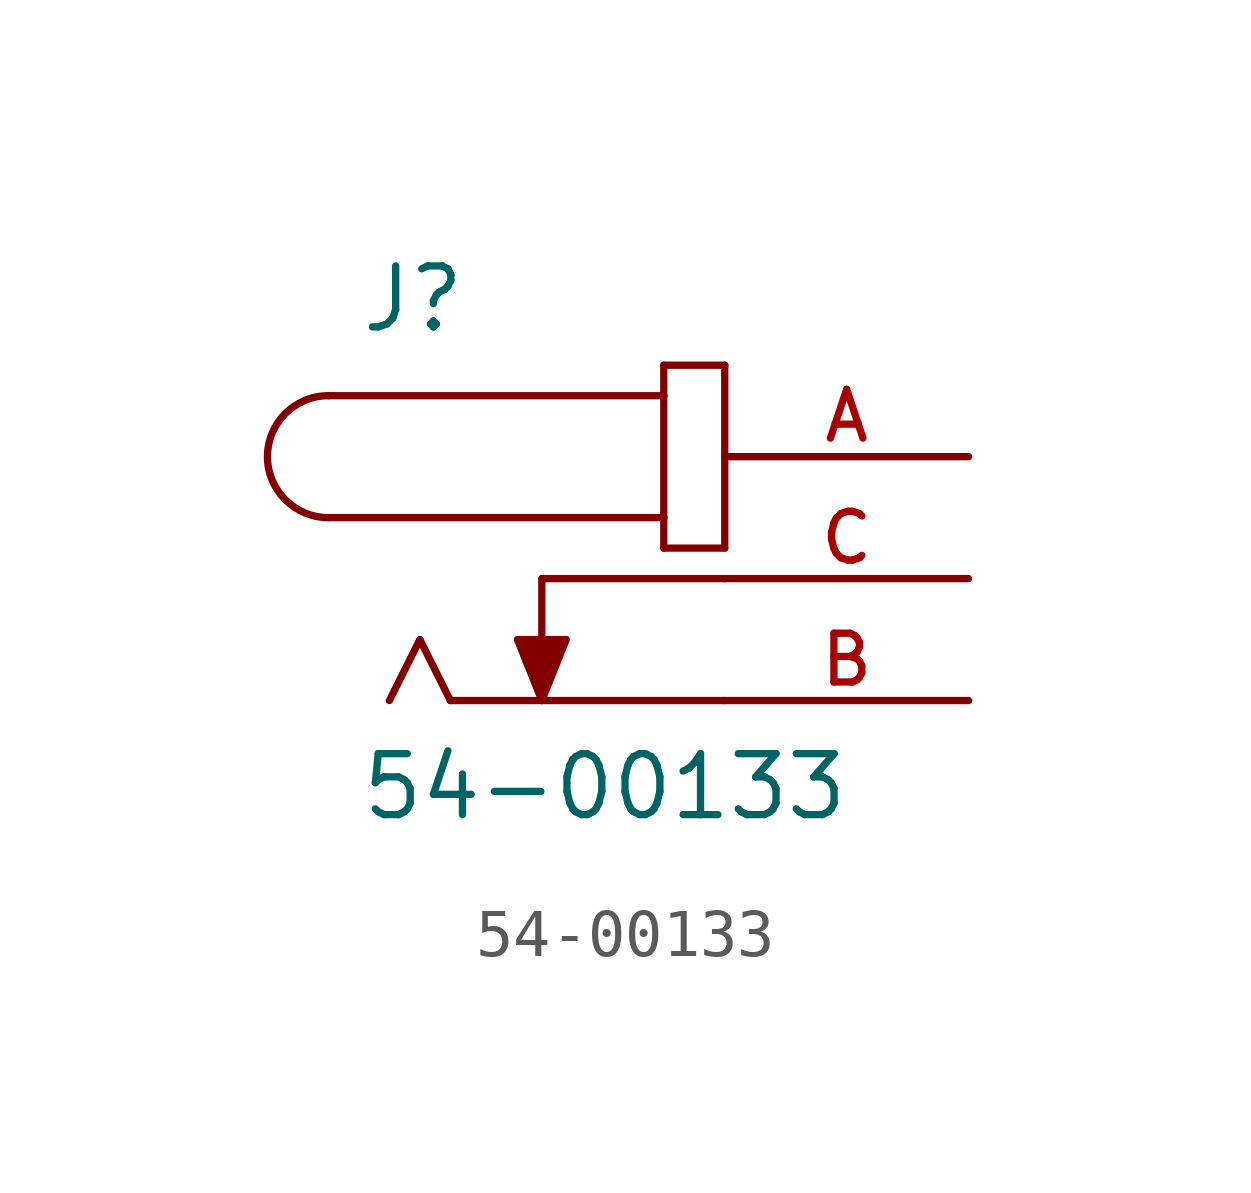
<source format=kicad_sym>
(kicad_symbol_lib
  (version 20211014)
  (generator kicad_symbol_editor)
  (symbol "54-00133"
    (pin_names
      (offset 1.016))
    (property "Reference" "J"
      (at -7.62 5.08 0)
      (effects (font (size 1.27 1.27)) (justify bottom left)))
    (property "Value" "54-00133"
      (at -7.62 -5.08 0)
      (effects (font (size 1.27 1.27)) (justify bottom left)))
    (symbol "54-00133_0_0"
      (arc (start -8.255 3.81) (mid -9.525 2.54) (end -8.255 1.27) (stroke (width 0.1524) (type default) (color 0 0 0 0)) (fill (type none)))
      (polyline (pts (xy -8.255 3.81) (xy -1.27 3.81)) (stroke (width 0.152)))
      (polyline (pts (xy -1.27 3.81) (xy -1.27 1.27)) (stroke (width 0.152)))
      (polyline (pts (xy -1.27 1.27) (xy -8.255 1.27)) (stroke (width 0.152)))
      (polyline (pts (xy -1.27 1.27) (xy -1.27 0.635)) (stroke (width 0.152)))
      (polyline (pts (xy -1.27 0.635) (xy 0.0 0.635)) (stroke (width 0.152)))
      (polyline (pts (xy 0.0 0.635) (xy 0.0 4.445)) (stroke (width 0.152)))
      (polyline (pts (xy 0.0 4.445) (xy -1.27 4.445)) (stroke (width 0.152)))
      (polyline (pts (xy -1.27 4.445) (xy -1.27 3.81)) (stroke (width 0.152)))
      (polyline (pts (xy -5.715 -2.54) (xy -6.35 -1.27)) (stroke (width 0.152)))
      (polyline (pts (xy -6.35 -1.27) (xy -6.985 -2.54)) (stroke (width 0.152)))
      (polyline (pts (xy -3.81 0.0) (xy -3.81 -2.54)) (stroke (width 0.152)))
      (polyline (pts (xy -3.81 -2.54) (xy -4.318 -1.27) (xy -3.302 -1.27) (xy -3.81 -2.54)) (stroke (width 0.152)) (fill (type outline)))
      (polyline (pts (xy 0.0 0.0) (xy -3.81 0.0)) (stroke (width 0.152)))
      (polyline (pts (xy 0.0 -2.54) (xy -5.715 -2.54)) (stroke (width 0.152)))
      (pin passive line (at 5.08 2.54 180.0) (length 5.08) (name "~" (effects (font (size 1.016 1.016)))) (number "A" (effects (font (size 1.016 1.016)))))
      (pin passive line (at 5.08 0.0 180.0) (length 5.08) (name "~" (effects (font (size 1.016 1.016)))) (number "C" (effects (font (size 1.016 1.016)))))
      (pin passive line (at 5.08 -2.54 180.0) (length 5.08) (name "~" (effects (font (size 1.016 1.016)))) (number "B" (effects (font (size 1.016 1.016))))))))
</source>
